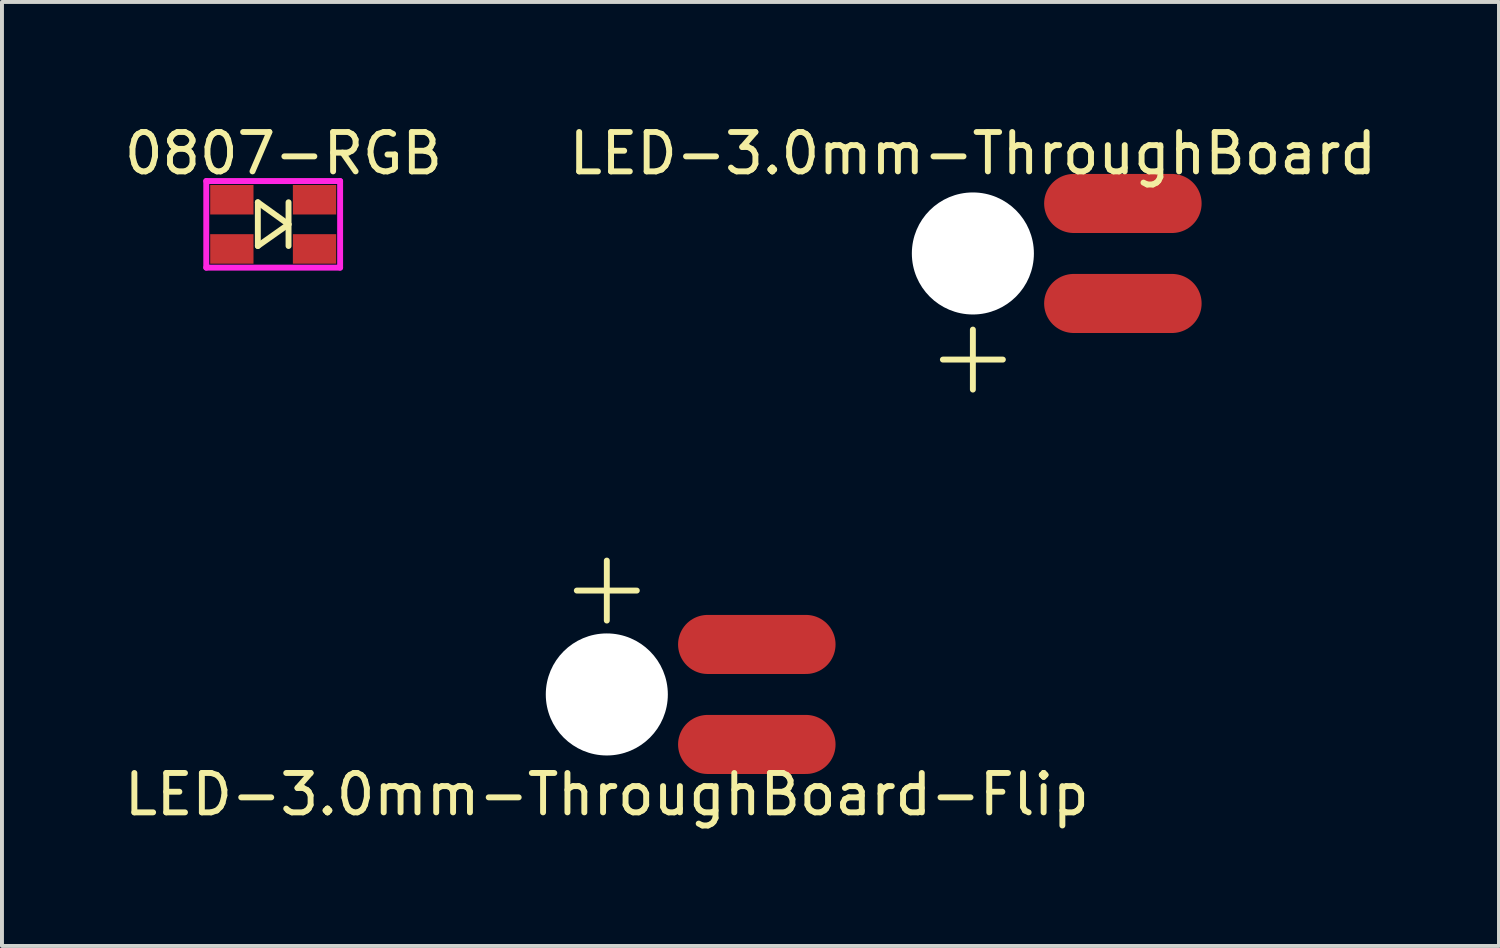
<source format=kicad_pcb>
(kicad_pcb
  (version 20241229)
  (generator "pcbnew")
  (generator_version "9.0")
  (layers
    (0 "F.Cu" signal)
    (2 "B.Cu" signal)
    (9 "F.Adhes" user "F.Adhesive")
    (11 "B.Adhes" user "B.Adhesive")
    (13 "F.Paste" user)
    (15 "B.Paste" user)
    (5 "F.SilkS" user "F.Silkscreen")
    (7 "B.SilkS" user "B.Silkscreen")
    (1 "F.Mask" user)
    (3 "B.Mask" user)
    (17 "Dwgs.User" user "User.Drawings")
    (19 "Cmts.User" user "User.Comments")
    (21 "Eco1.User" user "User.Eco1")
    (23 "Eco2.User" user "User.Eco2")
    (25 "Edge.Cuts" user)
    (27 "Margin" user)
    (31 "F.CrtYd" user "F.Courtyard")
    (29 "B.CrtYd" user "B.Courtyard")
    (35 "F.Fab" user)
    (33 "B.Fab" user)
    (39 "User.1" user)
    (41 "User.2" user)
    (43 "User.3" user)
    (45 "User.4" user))
  (footprint "LED-3.0mm-ThroughBoard"
    (layer "F.Cu")
    (at 21.661 3.388)
    (property "Reference" "LED-3.0mm-ThroughBoard" (at 0 -2.54 0) (layer "F.SilkS") (effects (font (size 1 1) (thickness 0.15))))
    (attr through_hole)
    (fp_text user "+" (at 0 2.54 0) (layer "F.SilkS") (effects (font (size 2 2) (thickness 0.15))))
    (pad "" np_thru_hole circle (at 0 0) (size 3.1 3.1) (drill 3.1) (layers "*.Cu"))
    (pad "1" smd oval (at 3.81 -1.27) (size 4 1.5) (layers "F.Cu" "F.Mask" "F.Paste"))
    (pad "2" smd oval (at 3.81 1.27) (size 4 1.5) (layers "F.Cu" "F.Mask" "F.Paste")))
  (footprint "LED-3.0mm-ThroughBoard-Flip"
    (layer "F.Cu")
    (at 12.363 14.589)
    (property "Reference" "LED-3.0mm-ThroughBoard-Flip" (at 0 2.54 0) (layer "F.SilkS") (effects (font (size 1 1) (thickness 0.15))))
    (attr through_hole)
    (fp_text user "+" (at 0 -2.794 0) (layer "F.SilkS") (effects (font (size 2 2) (thickness 0.15))))
    (pad "" np_thru_hole circle (at 0 0) (size 3.1 3.1) (drill 3.1) (layers "*.Cu"))
    (pad "1" smd oval (at 3.81 1.27) (size 4 1.5) (layers "F.Cu" "F.Mask" "F.Paste"))
    (pad "2" smd oval (at 3.81 -1.27) (size 4 1.5) (layers "F.Cu" "F.Mask" "F.Paste")))
  (footprint "0807-RGB"
    (layer "F.Cu")
    (at 3.889 2.648)
    (property "Reference" "0807-RGB" (at 0.26 -1.8 0) (layer "F.SilkS") (effects (font (size 1 1) (thickness 0.15))))
    (attr through_hole)
    (fp_line (start -0.39 -0.56) (end -0.39 0.55) (stroke (width 0.15) (type solid)) (layer "F.SilkS"))
    (fp_line (start -0.39 0.55) (end 0.39 0) (stroke (width 0.15) (type solid)) (layer "F.SilkS"))
    (fp_line (start 0.39 -0.56) (end 0.39 0.55) (stroke (width 0.15) (type solid)) (layer "F.SilkS"))
    (fp_line (start 0.39 0) (end -0.39 -0.56) (stroke (width 0.15) (type solid)) (layer "F.SilkS"))
    (fp_line (start -1.7 -1.1) (end 1.7 -1.1) (stroke (width 0.15) (type solid)) (layer "F.CrtYd"))
    (fp_line (start -1.7 1.1) (end -1.7 -1.1) (stroke (width 0.15) (type solid)) (layer "F.CrtYd"))
    (fp_line (start 1.7 -1.1) (end 1.7 1.1) (stroke (width 0.15) (type solid)) (layer "F.CrtYd"))
    (fp_line (start 1.7 1.1) (end -1.7 1.1) (stroke (width 0.15) (type solid)) (layer "F.CrtYd"))
    (pad "1" smd rect (at -1.05 -0.625) (size 1.1 0.75) (layers "F.Cu" "F.Mask" "F.Paste"))
    (pad "1" smd rect (at -1.05 0.625) (size 1.1 0.75) (layers "F.Cu" "F.Mask" "F.Paste"))
    (pad "2" smd rect (at 1.05 -0.625) (size 1.1 0.75) (layers "F.Cu" "F.Mask" "F.Paste"))
    (pad "2" smd rect (at 1.05 0.625) (size 1.1 0.75) (layers "F.Cu" "F.Mask" "F.Paste")))
  (gr_rect
    (start -3 -3)
    (end 35.024 20.977)
    (stroke (width 0.1) (type default))
    (fill no)
    (layer "Edge.Cuts")))
</source>
